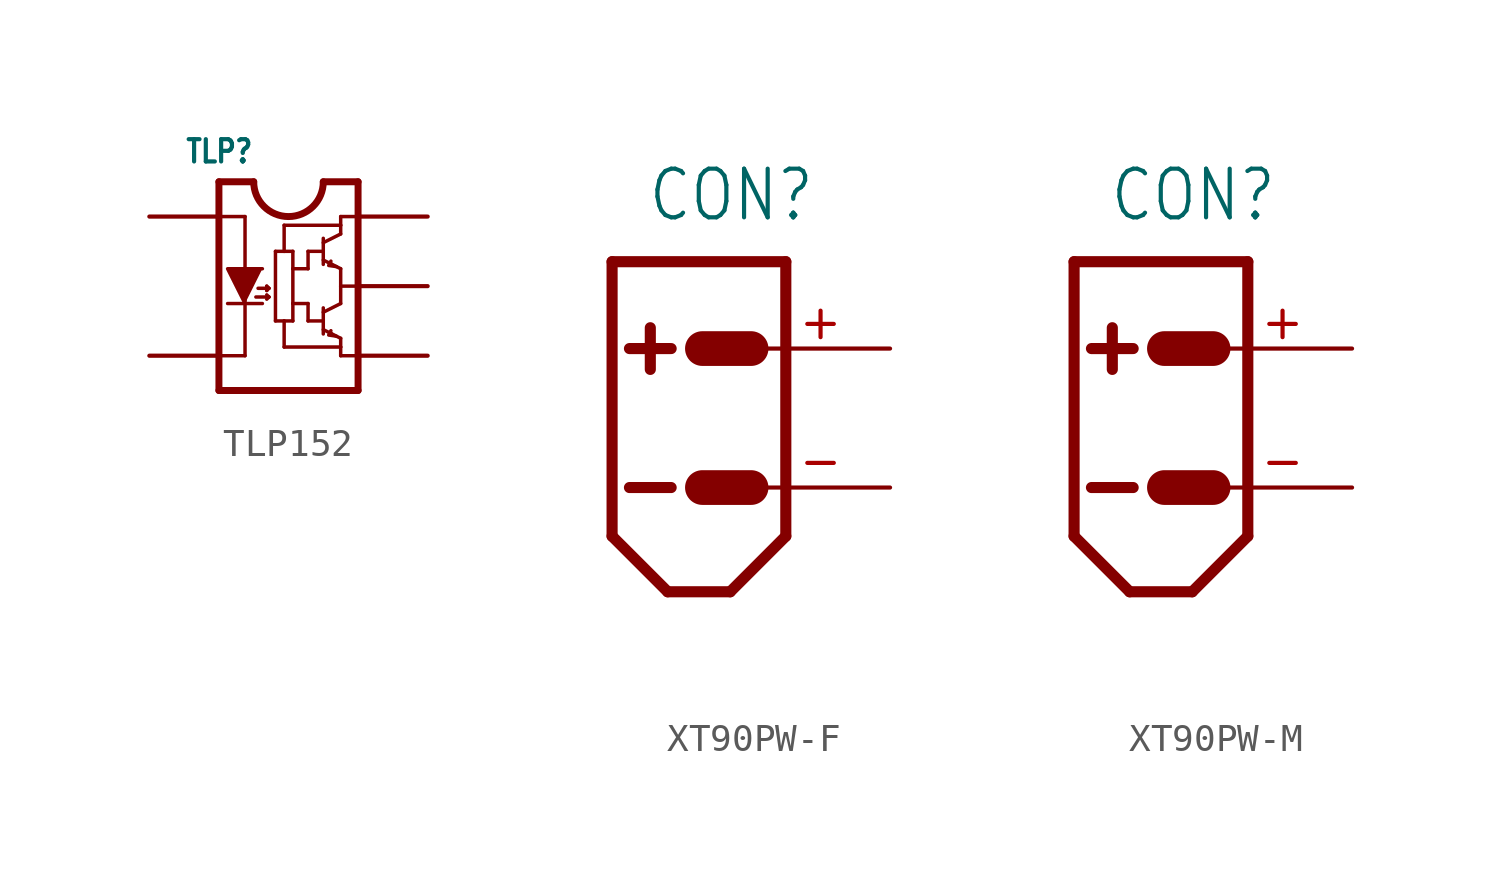
<source format=kicad_sym>
(kicad_symbol_lib
  (version 20220914)
  (generator kicad_symbol_editor)
  (symbol "TLP152"
    (property "Reference" "TLP"
      (at -3.81 4.445 0)
      (effects (font (size 0.813 0.691)) (justify left bottom)))
    (property "ki_locked" ""
      (at 0 0 0)
      (effects (font (size 1.27 1.27))))
    (symbol "TLP152_1_0"
      (arc (start -1.27 3.81) (mid 0 2.54) (end 1.27 3.81) (stroke (width 0.254) (type solid)) (fill (type none)))
      (polyline (pts (xy -2.54 -3.81) (xy -2.54 -2.54)) (stroke (width 0.254) (type solid)) (fill (type none)))
      (polyline (pts (xy -2.54 -2.54) (xy -2.54 2.54)) (stroke (width 0.254) (type solid)) (fill (type none)))
      (polyline (pts (xy -2.54 2.54) (xy -2.54 3.81)) (stroke (width 0.254) (type solid)) (fill (type none)))
      (polyline (pts (xy -2.54 2.54) (xy -1.587 2.54)) (stroke (width 0.127) (type solid)) (fill (type none)))
      (polyline (pts (xy -2.54 3.81) (xy -1.27 3.81)) (stroke (width 0.254) (type solid)) (fill (type none)))
      (polyline (pts (xy -2.223 -0.635) (xy -0.953 -0.635)) (stroke (width 0.127) (type solid)) (fill (type none)))
      (polyline (pts (xy -1.587 -2.54) (xy -2.54 -2.54)) (stroke (width 0.127) (type solid)) (fill (type none)))
      (polyline (pts (xy -1.587 2.54) (xy -1.587 -2.54)) (stroke (width 0.127) (type solid)) (fill (type none)))
      (polyline (pts (xy -1.191 -0.397) (xy -0.714 -0.397)) (stroke (width 0.127) (type solid)) (fill (type none)))
      (polyline (pts (xy -1.111 -0.079) (xy -0.714 -0.079)) (stroke (width 0.127) (type solid)) (fill (type none)))
      (polyline (pts (xy -0.794 -0.159) (xy -0.794 0)) (stroke (width 0.127) (type solid)) (fill (type none)))
      (polyline (pts (xy -0.794 0) (xy -0.714 -0.079)) (stroke (width 0.127) (type solid)) (fill (type none)))
      (polyline (pts (xy -0.714 -0.397) (xy -0.794 -0.476)) (stroke (width 0.127) (type solid)) (fill (type none)))
      (polyline (pts (xy -0.714 -0.397) (xy -0.794 -0.318)) (stroke (width 0.127) (type solid)) (fill (type none)))
      (polyline (pts (xy -0.714 -0.079) (xy -0.794 -0.159)) (stroke (width 0.127) (type solid)) (fill (type none)))
      (polyline (pts (xy -0.476 -1.27) (xy -0.159 -1.27)) (stroke (width 0.127) (type solid)) (fill (type none)))
      (polyline (pts (xy -0.476 1.27) (xy -0.476 -1.27)) (stroke (width 0.127) (type solid)) (fill (type none)))
      (polyline (pts (xy -0.159 -1.27) (xy -0.159 -2.223)) (stroke (width 0.127) (type solid)) (fill (type none)))
      (polyline (pts (xy -0.159 -1.27) (xy 0.159 -1.27)) (stroke (width 0.127) (type solid)) (fill (type none)))
      (polyline (pts (xy -0.159 1.27) (xy -0.476 1.27)) (stroke (width 0.127) (type solid)) (fill (type none)))
      (polyline (pts (xy -0.159 2.223) (xy -0.159 1.27)) (stroke (width 0.127) (type solid)) (fill (type none)))
      (polyline (pts (xy 0.159 -1.27) (xy 0.159 -0.635)) (stroke (width 0.127) (type solid)) (fill (type none)))
      (polyline (pts (xy 0.159 -0.635) (xy 0.159 0.635)) (stroke (width 0.127) (type solid)) (fill (type none)))
      (polyline (pts (xy 0.159 -0.635) (xy 0.714 -0.635)) (stroke (width 0.127) (type solid)) (fill (type none)))
      (polyline (pts (xy 0.159 0.635) (xy 0.159 1.27)) (stroke (width 0.127) (type solid)) (fill (type none)))
      (polyline (pts (xy 0.159 1.27) (xy -0.159 1.27)) (stroke (width 0.127) (type solid)) (fill (type none)))
      (polyline (pts (xy 0.714 -1.27) (xy 1.27 -1.27)) (stroke (width 0.127) (type solid)) (fill (type none)))
      (polyline (pts (xy 0.714 -0.635) (xy 0.714 -1.27)) (stroke (width 0.127) (type solid)) (fill (type none)))
      (polyline (pts (xy 0.714 0.635) (xy 0.159 0.635)) (stroke (width 0.127) (type solid)) (fill (type none)))
      (polyline (pts (xy 0.714 1.27) (xy 0.714 0.635)) (stroke (width 0.127) (type solid)) (fill (type none)))
      (polyline (pts (xy 1.27 -1.746) (xy 1.27 -1.27)) (stroke (width 0.127) (type solid)) (fill (type none)))
      (polyline (pts (xy 1.27 -1.587) (xy 1.905 -1.905)) (stroke (width 0.127) (type solid)) (fill (type none)))
      (polyline (pts (xy 1.27 -1.27) (xy 1.27 -0.794)) (stroke (width 0.127) (type solid)) (fill (type none)))
      (polyline (pts (xy 1.27 -0.953) (xy 1.905 -0.635)) (stroke (width 0.127) (type solid)) (fill (type none)))
      (polyline (pts (xy 1.27 1.27) (xy 0.714 1.27)) (stroke (width 0.127) (type solid)) (fill (type none)))
      (polyline (pts (xy 1.27 1.587) (xy 1.905 1.905)) (stroke (width 0.127) (type solid)) (fill (type none)))
      (polyline (pts (xy 1.27 1.746) (xy 1.27 0.794)) (stroke (width 0.127) (type solid)) (fill (type none)))
      (polyline (pts (xy 1.27 3.81) (xy 2.54 3.81)) (stroke (width 0.254) (type solid)) (fill (type none)))
      (polyline (pts (xy 1.905 -2.54) (xy 2.54 -2.54)) (stroke (width 0.127) (type solid)) (fill (type none)))
      (polyline (pts (xy 1.905 -2.223) (xy -0.159 -2.223)) (stroke (width 0.127) (type solid)) (fill (type none)))
      (polyline (pts (xy 1.905 -2.223) (xy 1.905 -2.54)) (stroke (width 0.127) (type solid)) (fill (type none)))
      (polyline (pts (xy 1.905 -1.905) (xy 1.905 -2.223)) (stroke (width 0.127) (type solid)) (fill (type none)))
      (polyline (pts (xy 1.905 0) (xy 1.905 -0.635)) (stroke (width 0.127) (type solid)) (fill (type none)))
      (polyline (pts (xy 1.905 0) (xy 2.54 0)) (stroke (width 0.127) (type solid)) (fill (type none)))
      (polyline (pts (xy 1.905 0.635) (xy 1.27 0.953)) (stroke (width 0.127) (type solid)) (fill (type none)))
      (polyline (pts (xy 1.905 0.635) (xy 1.905 0)) (stroke (width 0.127) (type solid)) (fill (type none)))
      (polyline (pts (xy 1.905 2.223) (xy -0.159 2.223)) (stroke (width 0.127) (type solid)) (fill (type none)))
      (polyline (pts (xy 1.905 2.223) (xy 1.905 1.905)) (stroke (width 0.127) (type solid)) (fill (type none)))
      (polyline (pts (xy 1.905 2.54) (xy 1.905 2.223)) (stroke (width 0.127) (type solid)) (fill (type none)))
      (polyline (pts (xy 2.54 -3.81) (xy -2.54 -3.81)) (stroke (width 0.254) (type solid)) (fill (type none)))
      (polyline (pts (xy 2.54 -2.54) (xy 2.54 -3.81)) (stroke (width 0.254) (type solid)) (fill (type none)))
      (polyline (pts (xy 2.54 0) (xy 2.54 -2.54)) (stroke (width 0.254) (type solid)) (fill (type none)))
      (polyline (pts (xy 2.54 2.54) (xy 1.905 2.54)) (stroke (width 0.127) (type solid)) (fill (type none)))
      (polyline (pts (xy 2.54 2.54) (xy 2.54 0)) (stroke (width 0.254) (type solid)) (fill (type none)))
      (polyline (pts (xy 2.54 3.81) (xy 2.54 2.54)) (stroke (width 0.254) (type solid)) (fill (type none)))
      (polyline (pts (xy -1.587 -0.635) (xy -2.223 0.635) (xy -0.953 0.635)) (stroke (width 0.127) (type solid)) (fill (type outline)))
      (polyline (pts (xy 1.746 -1.826) (xy 1.468 -1.786) (xy 1.548 -1.627)) (stroke (width 0.127) (type solid)) (fill (type outline)))
      (polyline (pts (xy 1.746 0.714) (xy 1.468 0.754) (xy 1.548 0.913)) (stroke (width 0.127) (type solid)) (fill (type outline)))
      (pin passive line (at -5.08 2.54 0) (length 2.54) (name "ANODE" (effects (font (size 0 0)))) (number "ANODE" (effects (font (size 0 0)))))
      (pin passive line (at -5.08 -2.54 0) (length 2.54) (name "CATHODE" (effects (font (size 0 0)))) (number "CATHODE" (effects (font (size 0 0)))))
      (pin passive line (at 5.08 -2.54 180) (length 2.54) (name "GND" (effects (font (size 0 0)))) (number "GND" (effects (font (size 0 0)))))
      (pin passive line (at 5.08 2.54 180) (length 2.54) (name "VCC" (effects (font (size 0 0)))) (number "VCC" (effects (font (size 0 0)))))
      (pin passive line (at 5.08 0 180) (length 2.54) (name "VOUT" (effects (font (size 0 0)))) (number "VO" (effects (font (size 0 0)))))))
  (symbol "XT90PW-F"
    (property "Reference" "CON"
      (at -3.81 7.112 0)
      (effects (font (size 1.778 1.511)) (justify left bottom)))
    (property "Value" ""
      (at -3.81 -8.89 0)
      (effects (font (size 1.778 1.511)) (justify left bottom)))
    (property "ki_locked" ""
      (at 0 0 0)
      (effects (font (size 1.27 1.27))))
    (symbol "XT90PW-F_1_0"
      (polyline (pts (xy -5.08 -4.318) (xy -3.048 -6.35)) (stroke (width 0.406) (type solid)) (fill (type none)))
      (polyline (pts (xy -5.08 5.715) (xy -5.08 -4.318)) (stroke (width 0.406) (type solid)) (fill (type none)))
      (polyline (pts (xy -5.08 5.715) (xy 1.27 5.715)) (stroke (width 0.406) (type solid)) (fill (type none)))
      (polyline (pts (xy -4.445 -2.54) (xy -2.921 -2.54)) (stroke (width 0.406) (type solid)) (fill (type none)))
      (polyline (pts (xy -4.445 2.54) (xy -2.921 2.54)) (stroke (width 0.406) (type solid)) (fill (type none)))
      (polyline (pts (xy -3.683 3.302) (xy -3.683 1.778)) (stroke (width 0.406) (type solid)) (fill (type none)))
      (polyline (pts (xy -3.048 -6.35) (xy -0.762 -6.35)) (stroke (width 0.406) (type solid)) (fill (type none)))
      (polyline (pts (xy -0.762 -6.35) (xy 1.27 -4.318)) (stroke (width 0.406) (type solid)) (fill (type none)))
      (polyline (pts (xy 0 -2.54) (xy -1.778 -2.54)) (stroke (width 1.27) (type solid)) (fill (type none)))
      (polyline (pts (xy 0 2.54) (xy -1.778 2.54)) (stroke (width 1.27) (type solid)) (fill (type none)))
      (polyline (pts (xy 1.27 -4.318) (xy 1.27 5.715)) (stroke (width 0.406) (type solid)) (fill (type none)))
      (pin power_in line (at 5.08 2.54 180) (length 5.08) (name "+" (effects (font (size 0 0)))) (number "+" (effects (font (size 1.27 1.27)))))
      (pin power_in line (at 5.08 -2.54 180) (length 5.08) (name "-" (effects (font (size 0 0)))) (number "-" (effects (font (size 1.27 1.27)))))))
  (symbol "XT90PW-M"
    (property "Reference" "CON"
      (at -3.81 7.112 0)
      (effects (font (size 1.778 1.511)) (justify left bottom)))
    (property "Value" ""
      (at -3.81 -8.89 0)
      (effects (font (size 1.778 1.511)) (justify left bottom)))
    (property "ki_locked" ""
      (at 0 0 0)
      (effects (font (size 1.27 1.27))))
    (symbol "XT90PW-M_1_0"
      (polyline (pts (xy -5.08 -4.318) (xy -3.048 -6.35)) (stroke (width 0.406) (type solid)) (fill (type none)))
      (polyline (pts (xy -5.08 5.715) (xy -5.08 -4.318)) (stroke (width 0.406) (type solid)) (fill (type none)))
      (polyline (pts (xy -5.08 5.715) (xy 1.27 5.715)) (stroke (width 0.406) (type solid)) (fill (type none)))
      (polyline (pts (xy -4.445 -2.54) (xy -2.921 -2.54)) (stroke (width 0.406) (type solid)) (fill (type none)))
      (polyline (pts (xy -4.445 2.54) (xy -2.921 2.54)) (stroke (width 0.406) (type solid)) (fill (type none)))
      (polyline (pts (xy -3.683 3.302) (xy -3.683 1.778)) (stroke (width 0.406) (type solid)) (fill (type none)))
      (polyline (pts (xy -3.048 -6.35) (xy -0.762 -6.35)) (stroke (width 0.406) (type solid)) (fill (type none)))
      (polyline (pts (xy -0.762 -6.35) (xy 1.27 -4.318)) (stroke (width 0.406) (type solid)) (fill (type none)))
      (polyline (pts (xy 0 -2.54) (xy -1.778 -2.54)) (stroke (width 1.27) (type solid)) (fill (type none)))
      (polyline (pts (xy 0 2.54) (xy -1.778 2.54)) (stroke (width 1.27) (type solid)) (fill (type none)))
      (polyline (pts (xy 1.27 -4.318) (xy 1.27 5.715)) (stroke (width 0.406) (type solid)) (fill (type none)))
      (pin power_in line (at 5.08 2.54 180) (length 5.08) (name "+" (effects (font (size 0 0)))) (number "+" (effects (font (size 1.27 1.27)))))
      (pin power_in line (at 5.08 -2.54 180) (length 5.08) (name "-" (effects (font (size 0 0)))) (number "-" (effects (font (size 1.27 1.27))))))))
</source>
